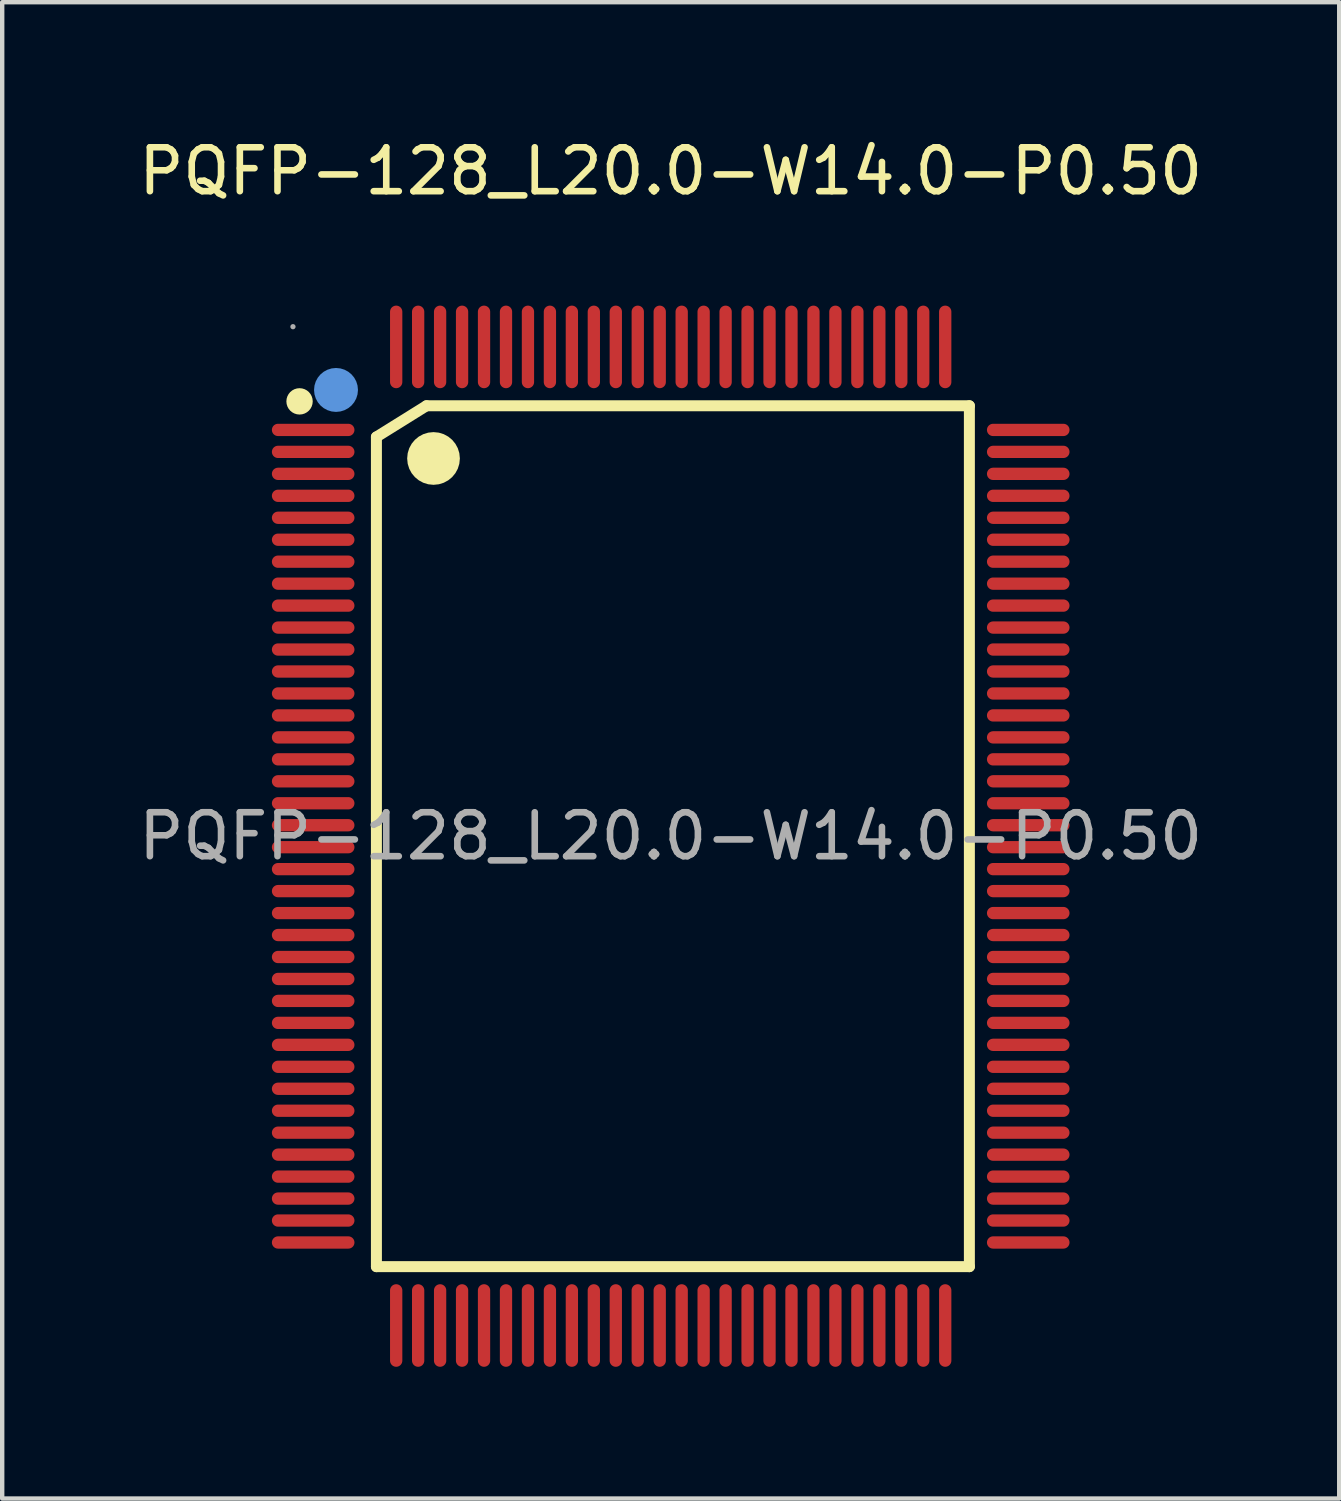
<source format=kicad_pcb>
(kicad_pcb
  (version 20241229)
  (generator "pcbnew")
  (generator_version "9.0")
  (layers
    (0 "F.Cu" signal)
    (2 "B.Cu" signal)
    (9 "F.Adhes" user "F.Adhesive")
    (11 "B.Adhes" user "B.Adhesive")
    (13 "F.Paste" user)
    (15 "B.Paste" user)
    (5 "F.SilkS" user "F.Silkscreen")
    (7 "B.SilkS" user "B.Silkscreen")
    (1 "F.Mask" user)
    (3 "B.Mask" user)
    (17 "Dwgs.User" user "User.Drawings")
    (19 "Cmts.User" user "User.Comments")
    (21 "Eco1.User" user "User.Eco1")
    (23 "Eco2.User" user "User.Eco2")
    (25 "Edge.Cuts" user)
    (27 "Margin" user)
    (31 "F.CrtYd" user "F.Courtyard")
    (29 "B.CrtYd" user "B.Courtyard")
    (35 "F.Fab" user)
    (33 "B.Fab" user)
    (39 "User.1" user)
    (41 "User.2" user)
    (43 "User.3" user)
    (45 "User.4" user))
  (footprint "PQFP-128_L20.0-W14.0-P0.50"
    (layer "F.Cu")
    (at 12.22 15.988)
    (property "Reference" "PQFP-128_L20.0-W14.0-P0.50" (at 0 -15.14 0) (layer "F.SilkS") (effects (font (size 1 1) (thickness 0.15))))
    (attr through_hole)
    (fp_line (start -6.7 -9.09) (end -6.7 9.8) (stroke (width 0.25) (type solid)) (layer "F.SilkS"))
    (fp_line (start -6.7 9.8) (end 6.8 9.8) (stroke (width 0.25) (type solid)) (layer "F.SilkS"))
    (fp_line (start -5.56 -9.8) (end -6.7 -9.09) (stroke (width 0.25) (type solid)) (layer "F.SilkS"))
    (fp_line (start 6.8 -9.8) (end -5.56 -9.8) (stroke (width 0.25) (type solid)) (layer "F.SilkS"))
    (fp_line (start 6.8 9.8) (end 6.8 -9.8) (stroke (width 0.25) (type solid)) (layer "F.SilkS"))
    (fp_arc (start -8.45 -9.9) (mid -8.45 -9.9) (end -8.45 -9.9) (stroke (width 0.3) (type solid)) (layer "F.SilkS"))
    (fp_arc (start -5.4 -8.6) (mid -5.4 -8.6) (end -5.4 -8.6) (stroke (width 0.6) (type solid)) (layer "F.SilkS"))
    (fp_circle (center -7.62 -10.16) (end -7.37 -10.16) (stroke (width 0.5) (type solid)) (fill no) (layer "Cmts.User"))
    (fp_circle (center -8.6 -11.6) (end -8.57 -11.6) (stroke (width 0.06) (type solid)) (fill no) (layer "F.Fab"))
    (fp_text user "${REFERENCE}" (at 0 0 0) (layer "F.Fab") (effects (font (size 1 1) (thickness 0.15))))
    (pad "1" smd oval (at -8.14 -9.25 90) (size 0.28 1.88) (layers "F.Cu" "F.Mask" "F.Paste"))
    (pad "2" smd oval (at -8.14 -8.75 90) (size 0.28 1.88) (layers "F.Cu" "F.Mask" "F.Paste"))
    (pad "3" smd oval (at -8.14 -8.25 90) (size 0.28 1.88) (layers "F.Cu" "F.Mask" "F.Paste"))
    (pad "4" smd oval (at -8.14 -7.75 90) (size 0.28 1.88) (layers "F.Cu" "F.Mask" "F.Paste"))
    (pad "5" smd oval (at -8.14 -7.25 90) (size 0.28 1.88) (layers "F.Cu" "F.Mask" "F.Paste"))
    (pad "6" smd oval (at -8.14 -6.75 90) (size 0.28 1.88) (layers "F.Cu" "F.Mask" "F.Paste"))
    (pad "7" smd oval (at -8.14 -6.25 90) (size 0.28 1.88) (layers "F.Cu" "F.Mask" "F.Paste"))
    (pad "8" smd oval (at -8.14 -5.75 90) (size 0.28 1.88) (layers "F.Cu" "F.Mask" "F.Paste"))
    (pad "9" smd oval (at -8.14 -5.25 90) (size 0.28 1.88) (layers "F.Cu" "F.Mask" "F.Paste"))
    (pad "10" smd oval (at -8.14 -4.75 90) (size 0.28 1.88) (layers "F.Cu" "F.Mask" "F.Paste"))
    (pad "11" smd oval (at -8.14 -4.25 90) (size 0.28 1.88) (layers "F.Cu" "F.Mask" "F.Paste"))
    (pad "12" smd oval (at -8.14 -3.75 90) (size 0.28 1.88) (layers "F.Cu" "F.Mask" "F.Paste"))
    (pad "13" smd oval (at -8.14 -3.25 90) (size 0.28 1.88) (layers "F.Cu" "F.Mask" "F.Paste"))
    (pad "14" smd oval (at -8.14 -2.75 90) (size 0.28 1.88) (layers "F.Cu" "F.Mask" "F.Paste"))
    (pad "15" smd oval (at -8.14 -2.25 90) (size 0.28 1.88) (layers "F.Cu" "F.Mask" "F.Paste"))
    (pad "16" smd oval (at -8.14 -1.75 90) (size 0.28 1.88) (layers "F.Cu" "F.Mask" "F.Paste"))
    (pad "17" smd oval (at -8.14 -1.25 90) (size 0.28 1.88) (layers "F.Cu" "F.Mask" "F.Paste"))
    (pad "18" smd oval (at -8.14 -0.75 90) (size 0.28 1.88) (layers "F.Cu" "F.Mask" "F.Paste"))
    (pad "19" smd oval (at -8.14 -0.25 90) (size 0.28 1.88) (layers "F.Cu" "F.Mask" "F.Paste"))
    (pad "20" smd oval (at -8.14 0.25 90) (size 0.28 1.88) (layers "F.Cu" "F.Mask" "F.Paste"))
    (pad "21" smd oval (at -8.14 0.75 90) (size 0.28 1.88) (layers "F.Cu" "F.Mask" "F.Paste"))
    (pad "22" smd oval (at -8.14 1.25 90) (size 0.28 1.88) (layers "F.Cu" "F.Mask" "F.Paste"))
    (pad "23" smd oval (at -8.14 1.75 90) (size 0.28 1.88) (layers "F.Cu" "F.Mask" "F.Paste"))
    (pad "24" smd oval (at -8.14 2.25 90) (size 0.28 1.88) (layers "F.Cu" "F.Mask" "F.Paste"))
    (pad "25" smd oval (at -8.14 2.75 90) (size 0.28 1.88) (layers "F.Cu" "F.Mask" "F.Paste"))
    (pad "26" smd oval (at -8.14 3.25 90) (size 0.28 1.88) (layers "F.Cu" "F.Mask" "F.Paste"))
    (pad "27" smd oval (at -8.14 3.75 90) (size 0.28 1.88) (layers "F.Cu" "F.Mask" "F.Paste"))
    (pad "28" smd oval (at -8.14 4.25 90) (size 0.28 1.88) (layers "F.Cu" "F.Mask" "F.Paste"))
    (pad "29" smd oval (at -8.14 4.75 90) (size 0.28 1.88) (layers "F.Cu" "F.Mask" "F.Paste"))
    (pad "30" smd oval (at -8.14 5.25 90) (size 0.28 1.88) (layers "F.Cu" "F.Mask" "F.Paste"))
    (pad "31" smd oval (at -8.14 5.75 90) (size 0.28 1.88) (layers "F.Cu" "F.Mask" "F.Paste"))
    (pad "32" smd oval (at -8.14 6.25 90) (size 0.28 1.88) (layers "F.Cu" "F.Mask" "F.Paste"))
    (pad "33" smd oval (at -8.14 6.75 90) (size 0.28 1.88) (layers "F.Cu" "F.Mask" "F.Paste"))
    (pad "34" smd oval (at -8.14 7.25 90) (size 0.28 1.88) (layers "F.Cu" "F.Mask" "F.Paste"))
    (pad "35" smd oval (at -8.14 7.75 90) (size 0.28 1.88) (layers "F.Cu" "F.Mask" "F.Paste"))
    (pad "36" smd oval (at -8.14 8.25 90) (size 0.28 1.88) (layers "F.Cu" "F.Mask" "F.Paste"))
    (pad "37" smd oval (at -8.14 8.75 90) (size 0.28 1.88) (layers "F.Cu" "F.Mask" "F.Paste"))
    (pad "38" smd oval (at -8.14 9.25 90) (size 0.28 1.88) (layers "F.Cu" "F.Mask" "F.Paste"))
    (pad "39" smd oval (at -6.25 11.14 180) (size 0.28 1.88) (layers "F.Cu" "F.Mask" "F.Paste"))
    (pad "40" smd oval (at -5.75 11.14 180) (size 0.28 1.88) (layers "F.Cu" "F.Mask" "F.Paste"))
    (pad "41" smd oval (at -5.25 11.14 180) (size 0.28 1.88) (layers "F.Cu" "F.Mask" "F.Paste"))
    (pad "42" smd oval (at -4.75 11.14 180) (size 0.28 1.88) (layers "F.Cu" "F.Mask" "F.Paste"))
    (pad "43" smd oval (at -4.25 11.14 180) (size 0.28 1.88) (layers "F.Cu" "F.Mask" "F.Paste"))
    (pad "44" smd oval (at -3.75 11.14 180) (size 0.28 1.88) (layers "F.Cu" "F.Mask" "F.Paste"))
    (pad "45" smd oval (at -3.25 11.14 180) (size 0.28 1.88) (layers "F.Cu" "F.Mask" "F.Paste"))
    (pad "46" smd oval (at -2.75 11.14 180) (size 0.28 1.88) (layers "F.Cu" "F.Mask" "F.Paste"))
    (pad "47" smd oval (at -2.25 11.14 180) (size 0.28 1.88) (layers "F.Cu" "F.Mask" "F.Paste"))
    (pad "48" smd oval (at -1.75 11.14 180) (size 0.28 1.88) (layers "F.Cu" "F.Mask" "F.Paste"))
    (pad "49" smd oval (at -1.25 11.14 180) (size 0.28 1.88) (layers "F.Cu" "F.Mask" "F.Paste"))
    (pad "50" smd oval (at -0.75 11.14 180) (size 0.28 1.88) (layers "F.Cu" "F.Mask" "F.Paste"))
    (pad "51" smd oval (at -0.25 11.14 180) (size 0.28 1.88) (layers "F.Cu" "F.Mask" "F.Paste"))
    (pad "52" smd oval (at 0.25 11.14 180) (size 0.28 1.88) (layers "F.Cu" "F.Mask" "F.Paste"))
    (pad "53" smd oval (at 0.75 11.14 180) (size 0.28 1.88) (layers "F.Cu" "F.Mask" "F.Paste"))
    (pad "54" smd oval (at 1.25 11.14 180) (size 0.28 1.88) (layers "F.Cu" "F.Mask" "F.Paste"))
    (pad "55" smd oval (at 1.75 11.14 180) (size 0.28 1.88) (layers "F.Cu" "F.Mask" "F.Paste"))
    (pad "56" smd oval (at 2.25 11.14 180) (size 0.28 1.88) (layers "F.Cu" "F.Mask" "F.Paste"))
    (pad "57" smd oval (at 2.75 11.14 180) (size 0.28 1.88) (layers "F.Cu" "F.Mask" "F.Paste"))
    (pad "58" smd oval (at 3.25 11.14 180) (size 0.28 1.88) (layers "F.Cu" "F.Mask" "F.Paste"))
    (pad "59" smd oval (at 3.75 11.14 180) (size 0.28 1.88) (layers "F.Cu" "F.Mask" "F.Paste"))
    (pad "60" smd oval (at 4.25 11.14 180) (size 0.28 1.88) (layers "F.Cu" "F.Mask" "F.Paste"))
    (pad "61" smd oval (at 4.75 11.14 180) (size 0.28 1.88) (layers "F.Cu" "F.Mask" "F.Paste"))
    (pad "62" smd oval (at 5.25 11.14 180) (size 0.28 1.88) (layers "F.Cu" "F.Mask" "F.Paste"))
    (pad "63" smd oval (at 5.75 11.14 180) (size 0.28 1.88) (layers "F.Cu" "F.Mask" "F.Paste"))
    (pad "64" smd oval (at 6.25 11.14 180) (size 0.28 1.88) (layers "F.Cu" "F.Mask" "F.Paste"))
    (pad "65" smd oval (at 8.14 9.25 270) (size 0.28 1.88) (layers "F.Cu" "F.Mask" "F.Paste"))
    (pad "66" smd oval (at 8.14 8.75 270) (size 0.28 1.88) (layers "F.Cu" "F.Mask" "F.Paste"))
    (pad "67" smd oval (at 8.14 8.25 270) (size 0.28 1.88) (layers "F.Cu" "F.Mask" "F.Paste"))
    (pad "68" smd oval (at 8.14 7.75 270) (size 0.28 1.88) (layers "F.Cu" "F.Mask" "F.Paste"))
    (pad "69" smd oval (at 8.14 7.25 270) (size 0.28 1.88) (layers "F.Cu" "F.Mask" "F.Paste"))
    (pad "70" smd oval (at 8.14 6.75 270) (size 0.28 1.88) (layers "F.Cu" "F.Mask" "F.Paste"))
    (pad "71" smd oval (at 8.14 6.25 270) (size 0.28 1.88) (layers "F.Cu" "F.Mask" "F.Paste"))
    (pad "72" smd oval (at 8.14 5.75 270) (size 0.28 1.88) (layers "F.Cu" "F.Mask" "F.Paste"))
    (pad "73" smd oval (at 8.14 5.25 270) (size 0.28 1.88) (layers "F.Cu" "F.Mask" "F.Paste"))
    (pad "74" smd oval (at 8.14 4.75 270) (size 0.28 1.88) (layers "F.Cu" "F.Mask" "F.Paste"))
    (pad "75" smd oval (at 8.14 4.25 270) (size 0.28 1.88) (layers "F.Cu" "F.Mask" "F.Paste"))
    (pad "76" smd oval (at 8.14 3.75 270) (size 0.28 1.88) (layers "F.Cu" "F.Mask" "F.Paste"))
    (pad "77" smd oval (at 8.14 3.25 270) (size 0.28 1.88) (layers "F.Cu" "F.Mask" "F.Paste"))
    (pad "78" smd oval (at 8.14 2.75 270) (size 0.28 1.88) (layers "F.Cu" "F.Mask" "F.Paste"))
    (pad "79" smd oval (at 8.14 2.25 270) (size 0.28 1.88) (layers "F.Cu" "F.Mask" "F.Paste"))
    (pad "80" smd oval (at 8.14 1.75 270) (size 0.28 1.88) (layers "F.Cu" "F.Mask" "F.Paste"))
    (pad "81" smd oval (at 8.14 1.25 270) (size 0.28 1.88) (layers "F.Cu" "F.Mask" "F.Paste"))
    (pad "82" smd oval (at 8.14 0.75 270) (size 0.28 1.88) (layers "F.Cu" "F.Mask" "F.Paste"))
    (pad "83" smd oval (at 8.14 0.25 270) (size 0.28 1.88) (layers "F.Cu" "F.Mask" "F.Paste"))
    (pad "84" smd oval (at 8.14 -0.25 270) (size 0.28 1.88) (layers "F.Cu" "F.Mask" "F.Paste"))
    (pad "85" smd oval (at 8.14 -0.75 270) (size 0.28 1.88) (layers "F.Cu" "F.Mask" "F.Paste"))
    (pad "86" smd oval (at 8.14 -1.25 270) (size 0.28 1.88) (layers "F.Cu" "F.Mask" "F.Paste"))
    (pad "87" smd oval (at 8.14 -1.75 270) (size 0.28 1.88) (layers "F.Cu" "F.Mask" "F.Paste"))
    (pad "88" smd oval (at 8.14 -2.25 270) (size 0.28 1.88) (layers "F.Cu" "F.Mask" "F.Paste"))
    (pad "89" smd oval (at 8.14 -2.75 270) (size 0.28 1.88) (layers "F.Cu" "F.Mask" "F.Paste"))
    (pad "90" smd oval (at 8.14 -3.25 270) (size 0.28 1.88) (layers "F.Cu" "F.Mask" "F.Paste"))
    (pad "91" smd oval (at 8.14 -3.75 270) (size 0.28 1.88) (layers "F.Cu" "F.Mask" "F.Paste"))
    (pad "92" smd oval (at 8.14 -4.25 270) (size 0.28 1.88) (layers "F.Cu" "F.Mask" "F.Paste"))
    (pad "93" smd oval (at 8.14 -4.75 270) (size 0.28 1.88) (layers "F.Cu" "F.Mask" "F.Paste"))
    (pad "94" smd oval (at 8.14 -5.25 270) (size 0.28 1.88) (layers "F.Cu" "F.Mask" "F.Paste"))
    (pad "95" smd oval (at 8.14 -5.75 270) (size 0.28 1.88) (layers "F.Cu" "F.Mask" "F.Paste"))
    (pad "96" smd oval (at 8.14 -6.25 270) (size 0.28 1.88) (layers "F.Cu" "F.Mask" "F.Paste"))
    (pad "97" smd oval (at 8.14 -6.75 270) (size 0.28 1.88) (layers "F.Cu" "F.Mask" "F.Paste"))
    (pad "98" smd oval (at 8.14 -7.25 270) (size 0.28 1.88) (layers "F.Cu" "F.Mask" "F.Paste"))
    (pad "99" smd oval (at 8.14 -7.75 270) (size 0.28 1.88) (layers "F.Cu" "F.Mask" "F.Paste"))
    (pad "100" smd oval (at 8.14 -8.25 270) (size 0.28 1.88) (layers "F.Cu" "F.Mask" "F.Paste"))
    (pad "101" smd oval (at 8.14 -8.75 270) (size 0.28 1.88) (layers "F.Cu" "F.Mask" "F.Paste"))
    (pad "102" smd oval (at 8.14 -9.25 270) (size 0.28 1.88) (layers "F.Cu" "F.Mask" "F.Paste"))
    (pad "103" smd oval (at 6.25 -11.14) (size 0.28 1.88) (layers "F.Cu" "F.Mask" "F.Paste"))
    (pad "104" smd oval (at 5.75 -11.14) (size 0.28 1.88) (layers "F.Cu" "F.Mask" "F.Paste"))
    (pad "105" smd oval (at 5.25 -11.14) (size 0.28 1.88) (layers "F.Cu" "F.Mask" "F.Paste"))
    (pad "106" smd oval (at 4.75 -11.14) (size 0.28 1.88) (layers "F.Cu" "F.Mask" "F.Paste"))
    (pad "107" smd oval (at 4.25 -11.14) (size 0.28 1.88) (layers "F.Cu" "F.Mask" "F.Paste"))
    (pad "108" smd oval (at 3.75 -11.14) (size 0.28 1.88) (layers "F.Cu" "F.Mask" "F.Paste"))
    (pad "109" smd oval (at 3.25 -11.14) (size 0.28 1.88) (layers "F.Cu" "F.Mask" "F.Paste"))
    (pad "110" smd oval (at 2.75 -11.14) (size 0.28 1.88) (layers "F.Cu" "F.Mask" "F.Paste"))
    (pad "111" smd oval (at 2.25 -11.14) (size 0.28 1.88) (layers "F.Cu" "F.Mask" "F.Paste"))
    (pad "112" smd oval (at 1.75 -11.14) (size 0.28 1.88) (layers "F.Cu" "F.Mask" "F.Paste"))
    (pad "113" smd oval (at 1.25 -11.14) (size 0.28 1.88) (layers "F.Cu" "F.Mask" "F.Paste"))
    (pad "114" smd oval (at 0.75 -11.14) (size 0.28 1.88) (layers "F.Cu" "F.Mask" "F.Paste"))
    (pad "115" smd oval (at 0.25 -11.14) (size 0.28 1.88) (layers "F.Cu" "F.Mask" "F.Paste"))
    (pad "116" smd oval (at -0.25 -11.14) (size 0.28 1.88) (layers "F.Cu" "F.Mask" "F.Paste"))
    (pad "117" smd oval (at -0.75 -11.14) (size 0.28 1.88) (layers "F.Cu" "F.Mask" "F.Paste"))
    (pad "118" smd oval (at -1.25 -11.14) (size 0.28 1.88) (layers "F.Cu" "F.Mask" "F.Paste"))
    (pad "119" smd oval (at -1.75 -11.14) (size 0.28 1.88) (layers "F.Cu" "F.Mask" "F.Paste"))
    (pad "120" smd oval (at -2.25 -11.14) (size 0.28 1.88) (layers "F.Cu" "F.Mask" "F.Paste"))
    (pad "121" smd oval (at -2.75 -11.14) (size 0.28 1.88) (layers "F.Cu" "F.Mask" "F.Paste"))
    (pad "122" smd oval (at -3.25 -11.14) (size 0.28 1.88) (layers "F.Cu" "F.Mask" "F.Paste"))
    (pad "123" smd oval (at -3.75 -11.14) (size 0.28 1.88) (layers "F.Cu" "F.Mask" "F.Paste"))
    (pad "124" smd oval (at -4.25 -11.14) (size 0.28 1.88) (layers "F.Cu" "F.Mask" "F.Paste"))
    (pad "125" smd oval (at -4.75 -11.14) (size 0.28 1.88) (layers "F.Cu" "F.Mask" "F.Paste"))
    (pad "126" smd oval (at -5.25 -11.14) (size 0.28 1.88) (layers "F.Cu" "F.Mask" "F.Paste"))
    (pad "127" smd oval (at -5.75 -11.14) (size 0.28 1.88) (layers "F.Cu" "F.Mask" "F.Paste"))
    (pad "128" smd oval (at -6.25 -11.14) (size 0.28 1.88) (layers "F.Cu" "F.Mask" "F.Paste")))
  (gr_rect
    (start -3 -3)
    (end 27.44 31.068)
    (stroke (width 0.1) (type default))
    (fill no)
    (layer "Edge.Cuts")))
</source>
